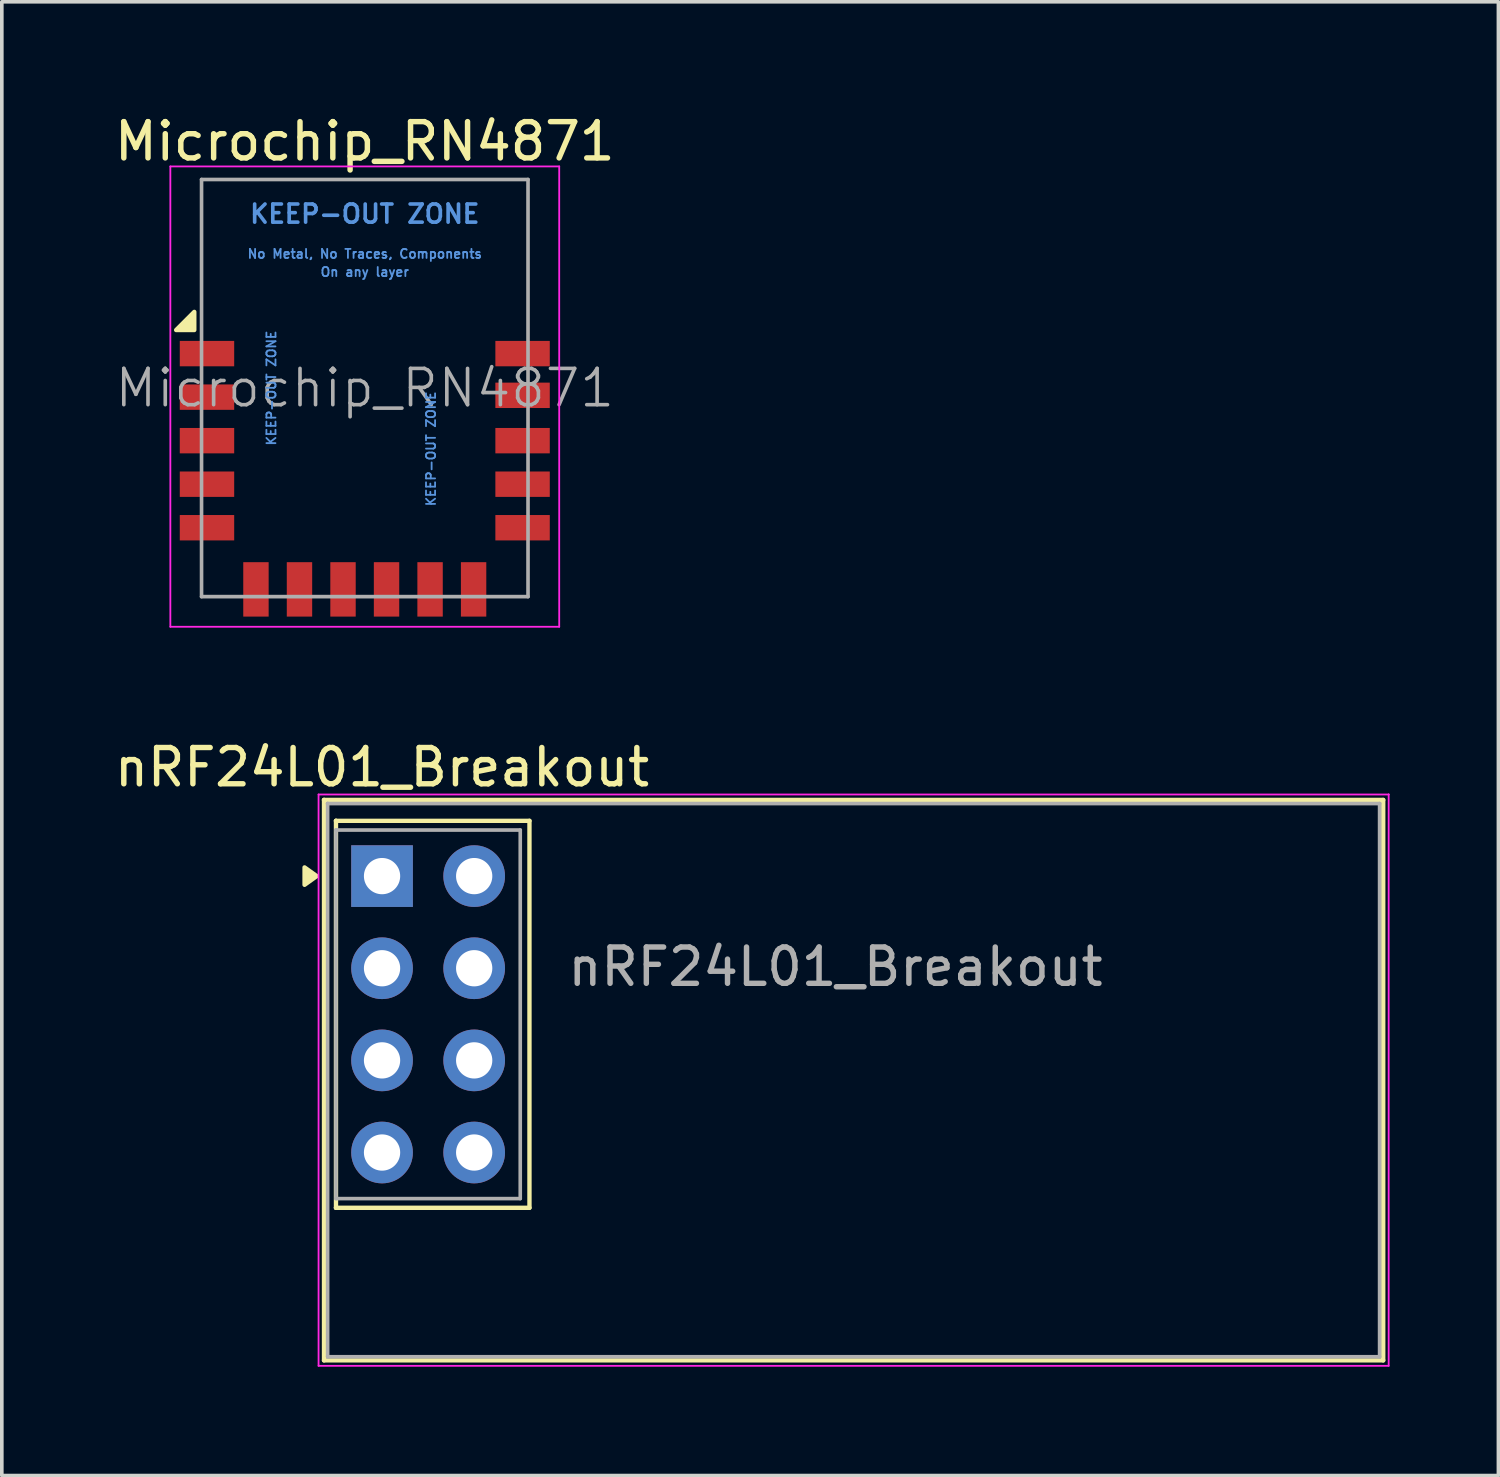
<source format=kicad_pcb>
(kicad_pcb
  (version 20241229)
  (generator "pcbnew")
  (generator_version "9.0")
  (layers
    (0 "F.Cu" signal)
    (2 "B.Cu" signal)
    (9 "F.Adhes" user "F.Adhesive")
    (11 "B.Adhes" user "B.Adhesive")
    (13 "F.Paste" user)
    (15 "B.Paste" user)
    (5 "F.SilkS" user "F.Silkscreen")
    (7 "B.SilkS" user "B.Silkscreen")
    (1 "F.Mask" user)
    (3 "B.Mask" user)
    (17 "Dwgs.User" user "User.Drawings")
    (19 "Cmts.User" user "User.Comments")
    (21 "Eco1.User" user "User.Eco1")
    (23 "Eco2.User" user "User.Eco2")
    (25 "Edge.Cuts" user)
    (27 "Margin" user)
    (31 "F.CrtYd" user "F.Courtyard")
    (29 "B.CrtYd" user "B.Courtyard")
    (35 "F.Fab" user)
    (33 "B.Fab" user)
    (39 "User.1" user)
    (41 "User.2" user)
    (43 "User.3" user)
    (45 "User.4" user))
  (footprint "Microchip_RN4871"
    (layer "F.Cu")
    (at 7.006 10.148)
    (property "Reference" "Microchip_RN4871" (at 0 -9.3 0) (layer "F.SilkS") (effects (font (size 1 1) (thickness 0.15))))
    (attr smd)
    (fp_poly (pts (xy -4.7 -4.1) (xy -5.2 -4.1) (xy -4.7 -4.6) (xy -4.7 -4.1)) (stroke (width 0.12) (type solid)) (fill yes) (layer "F.SilkS"))
    (fp_line (start -5.36 4.08) (end -5.36 -8.61) (stroke (width 0.05) (type solid)) (layer "F.CrtYd"))
    (fp_line (start -5.36 4.08) (end 5.36 4.08) (stroke (width 0.05) (type solid)) (layer "F.CrtYd"))
    (fp_line (start 5.36 -8.61) (end -5.36 -8.61) (stroke (width 0.05) (type solid)) (layer "F.CrtYd"))
    (fp_line (start 5.36 4.08) (end 5.36 -8.61) (stroke (width 0.05) (type solid)) (layer "F.CrtYd"))
    (fp_line (start -4.5 -8.25) (end -4.5 3.25) (stroke (width 0.1) (type solid)) (layer "F.Fab"))
    (fp_line (start -4.5 3.25) (end 4.5 3.25) (stroke (width 0.1) (type solid)) (layer "F.Fab"))
    (fp_line (start 4.5 -8.25) (end -4.5 -8.25) (stroke (width 0.1) (type solid)) (layer "F.Fab"))
    (fp_line (start 4.5 3.25) (end 4.5 -8.25) (stroke (width 0.1) (type solid)) (layer "F.Fab"))
    (fp_text user "KEEP-OUT ZONE" (at 1.825 -0.825 90) (layer "Cmts.User") (effects (font (size 0.25 0.25) (thickness 0.05))))
    (fp_text user "KEEP-OUT ZONE" (at 0 -7.3 0) (layer "Cmts.User") (effects (font (size 0.5 0.5) (thickness 0.1))))
    (fp_text user "On any layer" (at 0 -5.7 0) (layer "Cmts.User") (effects (font (size 0.25 0.25) (thickness 0.05))))
    (fp_text user "KEEP-OUT ZONE" (at -2.575 -2.5 90) (layer "Cmts.User") (effects (font (size 0.25 0.25) (thickness 0.05))))
    (fp_text user "No Metal, No Traces, Components" (at 0 -6.2 0) (layer "Cmts.User") (effects (font (size 0.25 0.25) (thickness 0.05))))
    (fp_text user "${REFERENCE}" (at 0 -2.5 0) (layer "F.Fab") (effects (font (size 1 1) (thickness 0.1))))
    (pad "1" smd rect (at -4.35 -3.45 90) (size 0.7 1.5) (layers "F.Cu" "F.Mask" "F.Paste"))
    (pad "2" smd rect (at -4.35 -2.25 90) (size 0.7 1.5) (layers "F.Cu" "F.Mask" "F.Paste"))
    (pad "3" smd rect (at -4.35 -1.05 90) (size 0.7 1.5) (layers "F.Cu" "F.Mask" "F.Paste"))
    (pad "4" smd rect (at -4.35 0.15 90) (size 0.7 1.5) (layers "F.Cu" "F.Mask" "F.Paste"))
    (pad "5" smd rect (at -4.35 1.35 90) (size 0.7 1.5) (layers "F.Cu" "F.Mask" "F.Paste"))
    (pad "6" smd rect (at -3 3.05) (size 0.7 1.5) (layers "F.Cu" "F.Mask" "F.Paste"))
    (pad "7" smd rect (at -1.8 3.05) (size 0.7 1.5) (layers "F.Cu" "F.Mask" "F.Paste"))
    (pad "8" smd rect (at -0.6 3.05) (size 0.7 1.5) (layers "F.Cu" "F.Mask" "F.Paste"))
    (pad "9" smd rect (at 0.6 3.05) (size 0.7 1.5) (layers "F.Cu" "F.Mask" "F.Paste"))
    (pad "10" smd rect (at 1.8 3.05) (size 0.7 1.5) (layers "F.Cu" "F.Mask" "F.Paste"))
    (pad "11" smd rect (at 3 3.05) (size 0.7 1.5) (layers "F.Cu" "F.Mask" "F.Paste"))
    (pad "12" smd rect (at 4.35 1.35 90) (size 0.7 1.5) (layers "F.Cu" "F.Mask" "F.Paste"))
    (pad "13" smd rect (at 4.35 0.15 90) (size 0.7 1.5) (layers "F.Cu" "F.Mask" "F.Paste"))
    (pad "14" smd rect (at 4.35 -1.05 90) (size 0.7 1.5) (layers "F.Cu" "F.Mask" "F.Paste"))
    (pad "15" smd rect (at 4.35 -2.3 90) (size 0.7 1.5) (layers "F.Cu" "F.Mask" "F.Paste"))
    (pad "16" smd rect (at 4.35 -3.45 90) (size 0.7 1.5) (layers "F.Cu" "F.Mask" "F.Paste"))
    (zone (net_name "") (layer "F.Cu") (hatch full 0.508) (connect_pads) (min_thickness 0.254) (filled_areas_thickness no) (keepout (tracks not_allowed) (vias not_allowed) (pads not_allowed) (copperpour not_allowed) (footprints not_allowed)) (placement (enabled no)) (fill) (polygon (pts (xy 5.406 9.398) (xy 3.506 9.398) (xy 3.506 5.898) (xy 5.406 5.898))))
    (zone (net_name "") (layer "F.Cu") (hatch full 0.508) (connect_pads) (min_thickness 0.254) (filled_areas_thickness no) (keepout (tracks not_allowed) (vias not_allowed) (pads not_allowed) (copperpour not_allowed) (footprints not_allowed)) (placement (enabled no)) (fill) (polygon (pts (xy 6.806 11.848) (xy 10.506 11.848) (xy 10.506 6.398) (xy 6.806 6.398))))
    (zone (net_name "") (layers "F.Cu" "B.Cu") (hatch full 0.508) (connect_pads) (min_thickness 0.254) (filled_areas_thickness no) (keepout (tracks not_allowed) (vias not_allowed) (pads not_allowed) (copperpour not_allowed) (footprints not_allowed)) (placement (enabled no)) (fill) (polygon (pts (xy 2.506 5.898) (xy 11.506 5.898) (xy 11.506 1.898) (xy 2.506 1.898)))))
  (footprint "nRF24L01_Breakout"
    (layer "F.Cu")
    (at 7.482 21.102)
    (property "Reference" "nRF24L01_Breakout" (at 0 -3 0) (layer "F.SilkS") (effects (font (size 1 1) (thickness 0.15))))
    (attr through_hole)
    (fp_line (start -1.6 -2.1) (end -1.6 -2.1) (stroke (width 0.12) (type solid)) (layer "F.SilkS"))
    (fp_line (start -1.6 -2.1) (end 27.6 -2.1) (stroke (width 0.12) (type solid)) (layer "F.SilkS"))
    (fp_line (start -1.6 13.35) (end -1.6 -2.1) (stroke (width 0.12) (type solid)) (layer "F.SilkS"))
    (fp_line (start -1.27 -1.524) (end -1.27 -1.524) (stroke (width 0.12) (type solid)) (layer "F.SilkS"))
    (fp_line (start -1.27 -1.524) (end 4.064 -1.524) (stroke (width 0.12) (type solid)) (layer "F.SilkS"))
    (fp_line (start -1.27 9.144) (end -1.27 -1.524) (stroke (width 0.12) (type solid)) (layer "F.SilkS"))
    (fp_line (start -1.27 9.144) (end -1.27 9.144) (stroke (width 0.12) (type solid)) (layer "F.SilkS"))
    (fp_line (start 4.064 -1.524) (end 4.064 9.144) (stroke (width 0.12) (type solid)) (layer "F.SilkS"))
    (fp_line (start 4.064 9.144) (end -1.27 9.144) (stroke (width 0.12) (type solid)) (layer "F.SilkS"))
    (fp_line (start 27.6 -2.1) (end 27.6 13.35) (stroke (width 0.12) (type solid)) (layer "F.SilkS"))
    (fp_line (start 27.6 13.35) (end -1.6 13.35) (stroke (width 0.12) (type solid)) (layer "F.SilkS"))
    (fp_poly (pts (xy -1.8 0) (xy -2.136 0.24) (xy -2.136 -0.24) (xy -1.8 0)) (stroke (width 0.12) (type solid)) (fill yes) (layer "F.SilkS"))
    (fp_line (start -1.75 -2.25) (end -1.75 13.5) (stroke (width 0.05) (type solid)) (layer "F.CrtYd"))
    (fp_line (start -1.75 13.5) (end 27.75 13.5) (stroke (width 0.05) (type solid)) (layer "F.CrtYd"))
    (fp_line (start 27.75 -2.25) (end -1.75 -2.25) (stroke (width 0.05) (type solid)) (layer "F.CrtYd"))
    (fp_line (start 27.75 -2.25) (end 27.75 -2.25) (stroke (width 0.05) (type solid)) (layer "F.CrtYd"))
    (fp_line (start 27.75 13.5) (end 27.75 -2.25) (stroke (width 0.05) (type solid)) (layer "F.CrtYd"))
    (fp_line (start -1.5 -2) (end -1.5 -2) (stroke (width 0.1) (type solid)) (layer "F.Fab"))
    (fp_line (start -1.5 -2) (end 27.5 -2) (stroke (width 0.1) (type solid)) (layer "F.Fab"))
    (fp_line (start -1.5 13.25) (end -1.5 -2) (stroke (width 0.1) (type solid)) (layer "F.Fab"))
    (fp_line (start -1.27 -1.27) (end -1.27 -1.27) (stroke (width 0.1) (type solid)) (layer "F.Fab"))
    (fp_line (start -1.27 -1.27) (end 3.81 -1.27) (stroke (width 0.1) (type solid)) (layer "F.Fab"))
    (fp_line (start -1.27 8.89) (end -1.27 -1.27) (stroke (width 0.1) (type solid)) (layer "F.Fab"))
    (fp_line (start 3.81 -1.27) (end 3.81 8.89) (stroke (width 0.1) (type solid)) (layer "F.Fab"))
    (fp_line (start 3.81 8.89) (end -1.27 8.89) (stroke (width 0.1) (type solid)) (layer "F.Fab"))
    (fp_line (start 27.5 -2) (end 27.5 13.25) (stroke (width 0.1) (type solid)) (layer "F.Fab"))
    (fp_line (start 27.5 13.25) (end -1.5 13.25) (stroke (width 0.1) (type solid)) (layer "F.Fab"))
    (fp_text user "${REFERENCE}" (at 12.5 2.5 0) (layer "F.Fab") (effects (font (size 1 1) (thickness 0.15))))
    (pad "1" thru_hole rect (at 0 0) (size 1.7 1.7) (drill 1) (layers "*.Cu" "*.Mask"))
    (pad "2" thru_hole circle (at 2.54 0) (size 1.7 1.7) (drill 1) (layers "*.Cu" "*.Mask"))
    (pad "3" thru_hole circle (at 0 2.54) (size 1.7 1.7) (drill 1) (layers "*.Cu" "*.Mask"))
    (pad "4" thru_hole circle (at 2.54 2.54) (size 1.7 1.7) (drill 1) (layers "*.Cu" "*.Mask"))
    (pad "5" thru_hole circle (at 0 5.08) (size 1.7 1.7) (drill 1) (layers "*.Cu" "*.Mask"))
    (pad "6" thru_hole circle (at 2.54 5.08) (size 1.7 1.7) (drill 1) (layers "*.Cu" "*.Mask"))
    (pad "7" thru_hole circle (at 0 7.62) (size 1.7 1.7) (drill 1) (layers "*.Cu" "*.Mask"))
    (pad "8" thru_hole circle (at 2.54 7.62) (size 1.7 1.7) (drill 1) (layers "*.Cu" "*.Mask")))
  (gr_rect
    (start -3 -3)
    (end 38.257 37.627)
    (stroke (width 0.1) (type default))
    (fill no)
    (layer "Edge.Cuts")))
</source>
